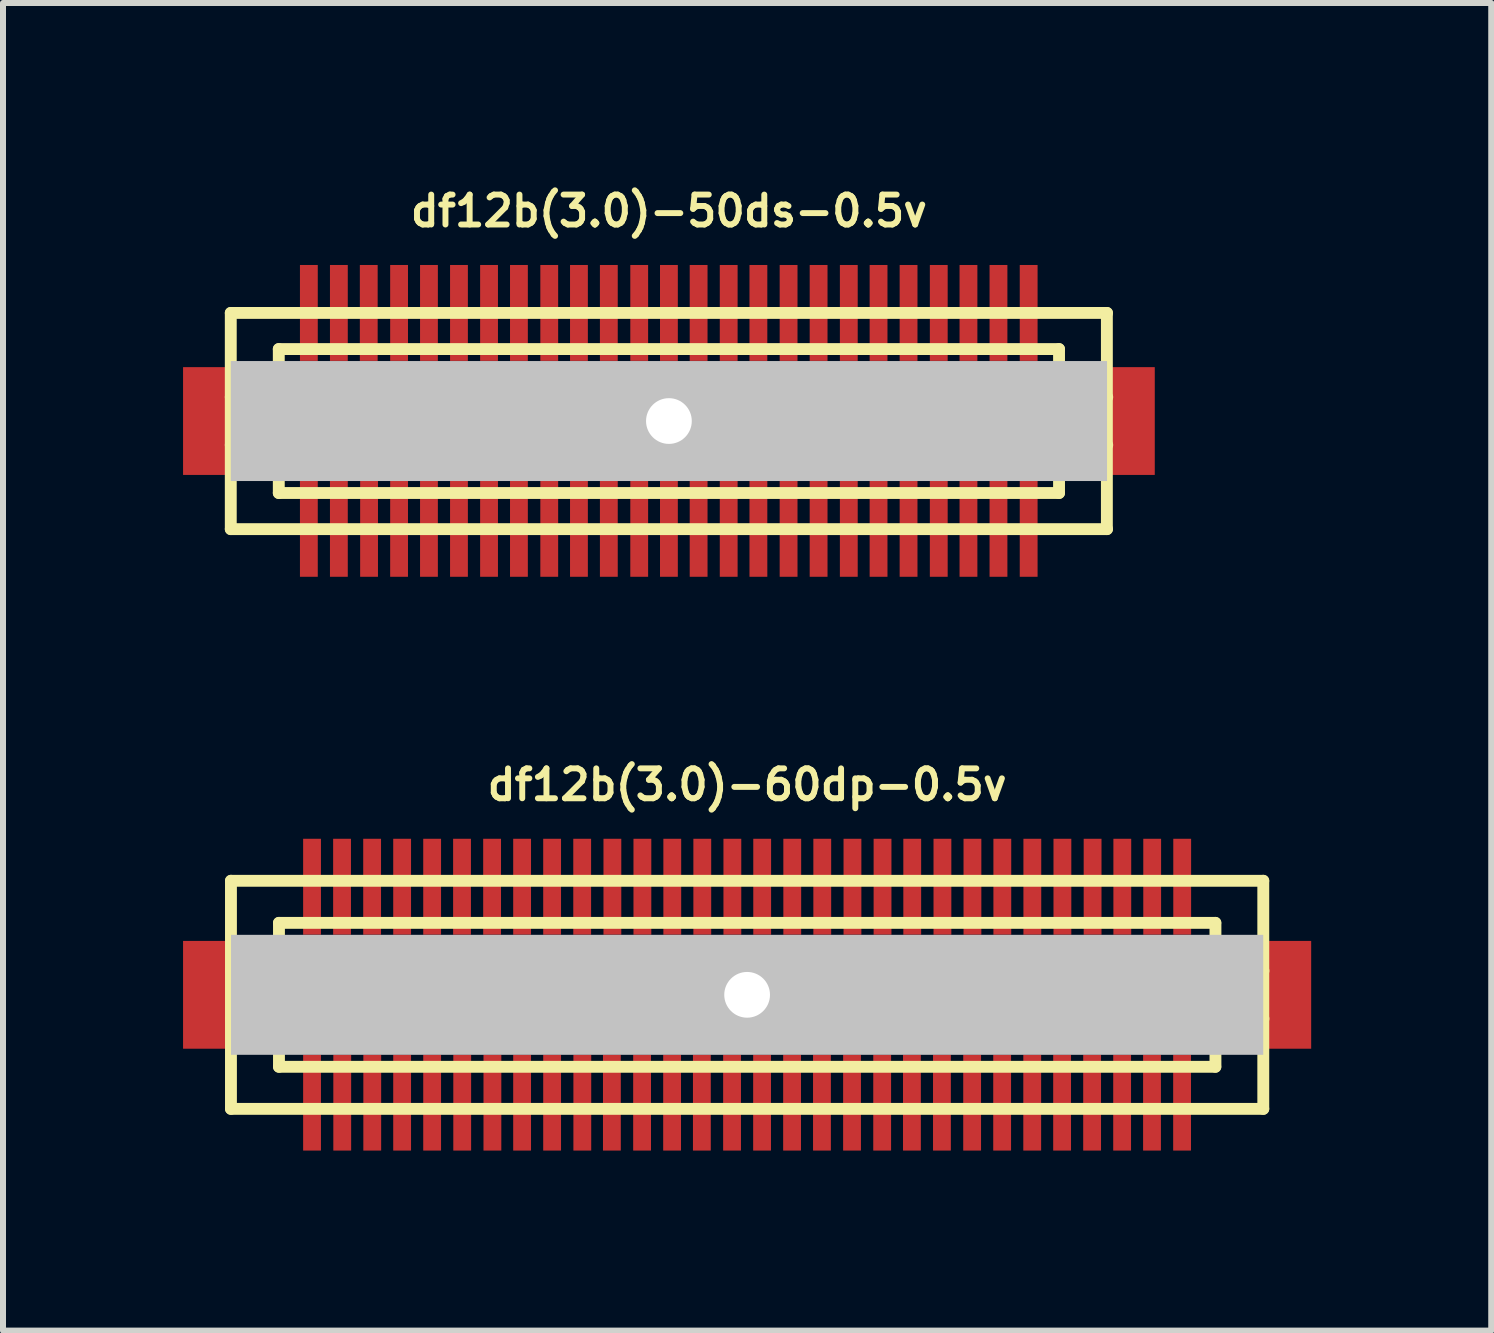
<source format=kicad_pcb>
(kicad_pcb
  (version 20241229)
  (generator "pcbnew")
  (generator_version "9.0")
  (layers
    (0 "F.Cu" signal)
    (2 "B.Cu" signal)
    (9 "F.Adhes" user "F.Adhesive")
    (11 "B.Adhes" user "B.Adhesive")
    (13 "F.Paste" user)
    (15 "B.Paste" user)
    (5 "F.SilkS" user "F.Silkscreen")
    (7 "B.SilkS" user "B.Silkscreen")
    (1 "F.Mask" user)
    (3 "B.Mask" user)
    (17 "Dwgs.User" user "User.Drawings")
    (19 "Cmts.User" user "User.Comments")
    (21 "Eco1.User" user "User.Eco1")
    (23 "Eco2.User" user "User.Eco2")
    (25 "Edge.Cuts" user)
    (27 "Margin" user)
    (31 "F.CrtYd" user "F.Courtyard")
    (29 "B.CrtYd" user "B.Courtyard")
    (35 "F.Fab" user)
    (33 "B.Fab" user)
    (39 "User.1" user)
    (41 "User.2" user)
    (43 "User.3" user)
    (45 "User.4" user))
  (footprint "df12b(3.0)-60dp-0.5v"
    (layer "F.Cu")
    (at 9.398 13.525)
    (property "Reference" "df12b(3.0)-60dp-0.5v" (at 0 -3.5 0) (layer "F.SilkS") (effects (font (size 0.498 0.498) (thickness 0.099))))
    (attr through_hole)
    (fp_line (start -8.6 -1.9) (end -8.6 1.9) (stroke (width 0.198) (type solid)) (layer "F.SilkS"))
    (fp_line (start -8.6 1.9) (end 8.6 1.9) (stroke (width 0.198) (type solid)) (layer "F.SilkS"))
    (fp_line (start -7.8 -1.199) (end 7.8 -1.199) (stroke (width 0.198) (type solid)) (layer "F.SilkS"))
    (fp_line (start -7.8 -0.399) (end -8.6 -0.399) (stroke (width 0.198) (type solid)) (layer "F.SilkS"))
    (fp_line (start -7.8 0.399) (end -8.6 0.399) (stroke (width 0.198) (type solid)) (layer "F.SilkS"))
    (fp_line (start -7.8 1.199) (end -7.8 -1.199) (stroke (width 0.198) (type solid)) (layer "F.SilkS"))
    (fp_line (start 7.8 1.199) (end -7.8 1.199) (stroke (width 0.198) (type solid)) (layer "F.SilkS"))
    (fp_line (start 7.803 -1.199) (end 7.803 1.199) (stroke (width 0.198) (type solid)) (layer "F.SilkS"))
    (fp_line (start 7.803 -0.399) (end 8.603 -0.399) (stroke (width 0.198) (type solid)) (layer "F.SilkS"))
    (fp_line (start 8.6 -1.9) (end -8.6 -1.9) (stroke (width 0.198) (type solid)) (layer "F.SilkS"))
    (fp_line (start 8.6 1.9) (end 8.6 -1.9) (stroke (width 0.198) (type solid)) (layer "F.SilkS"))
    (fp_line (start 8.603 0.399) (end 7.803 0.399) (stroke (width 0.198) (type solid)) (layer "F.SilkS"))
    (pad "" smd rect (at -8.999 0) (size 0.798 1.796) (layers "F.Cu" "F.Mask" "F.Paste"))
    (pad "" np_thru_hole rect (at 0 0) (size 17.198 1.999) (drill 0.762) (layers "Dwgs.User"))
    (pad "" smd rect (at 8.999 0) (size 0.798 1.796) (layers "F.Cu" "F.Mask" "F.Paste"))
    (pad "1" smd rect (at 7.247 1.796) (size 0.297 1.598) (layers "F.Cu" "F.Mask" "F.Paste"))
    (pad "2" smd rect (at 6.746 1.796) (size 0.297 1.598) (layers "F.Cu" "F.Mask" "F.Paste"))
    (pad "3" smd rect (at 6.248 1.796) (size 0.297 1.598) (layers "F.Cu" "F.Mask" "F.Paste"))
    (pad "4" smd rect (at 5.748 1.796) (size 0.297 1.598) (layers "F.Cu" "F.Mask" "F.Paste"))
    (pad "5" smd rect (at 5.248 1.796) (size 0.297 1.598) (layers "F.Cu" "F.Mask" "F.Paste"))
    (pad "6" smd rect (at 4.75 1.796) (size 0.297 1.598) (layers "F.Cu" "F.Mask" "F.Paste"))
    (pad "7" smd rect (at 4.249 1.796) (size 0.297 1.598) (layers "F.Cu" "F.Mask" "F.Paste"))
    (pad "8" smd rect (at 3.749 1.796) (size 0.297 1.598) (layers "F.Cu" "F.Mask" "F.Paste"))
    (pad "9" smd rect (at 3.246 1.796) (size 0.297 1.598) (layers "F.Cu" "F.Mask" "F.Paste"))
    (pad "10" smd rect (at 2.746 1.796) (size 0.297 1.598) (layers "F.Cu" "F.Mask" "F.Paste"))
    (pad "11" smd rect (at 2.25 1.796) (size 0.297 1.598) (layers "F.Cu" "F.Mask" "F.Paste"))
    (pad "12" smd rect (at 1.748 1.796) (size 0.297 1.598) (layers "F.Cu" "F.Mask" "F.Paste"))
    (pad "13" smd rect (at 1.247 1.796) (size 0.297 1.598) (layers "F.Cu" "F.Mask" "F.Paste"))
    (pad "14" smd rect (at 0.749 1.796) (size 0.297 1.598) (layers "F.Cu" "F.Mask" "F.Paste"))
    (pad "15" smd rect (at 0.249 1.796) (size 0.297 1.598) (layers "F.Cu" "F.Mask" "F.Paste"))
    (pad "16" smd rect (at -0.251 1.796) (size 0.297 1.598) (layers "F.Cu" "F.Mask" "F.Paste"))
    (pad "17" smd rect (at -0.754 1.796) (size 0.297 1.598) (layers "F.Cu" "F.Mask" "F.Paste"))
    (pad "18" smd rect (at -1.25 1.796) (size 0.297 1.598) (layers "F.Cu" "F.Mask" "F.Paste"))
    (pad "19" smd rect (at -1.75 1.796) (size 0.297 1.598) (layers "F.Cu" "F.Mask" "F.Paste"))
    (pad "20" smd rect (at -2.253 1.796) (size 0.297 1.598) (layers "F.Cu" "F.Mask" "F.Paste"))
    (pad "21" smd rect (at -2.746 1.796) (size 0.297 1.598) (layers "F.Cu" "F.Mask" "F.Paste"))
    (pad "22" smd rect (at -3.249 1.796) (size 0.297 1.598) (layers "F.Cu" "F.Mask" "F.Paste"))
    (pad "23" smd rect (at -3.749 1.796) (size 0.297 1.598) (layers "F.Cu" "F.Mask" "F.Paste"))
    (pad "24" smd rect (at -4.244 1.796) (size 0.297 1.598) (layers "F.Cu" "F.Mask" "F.Paste"))
    (pad "25" smd rect (at -4.747 1.796) (size 0.297 1.598) (layers "F.Cu" "F.Mask" "F.Paste"))
    (pad "26" smd rect (at -5.248 1.796) (size 0.297 1.598) (layers "F.Cu" "F.Mask" "F.Paste"))
    (pad "27" smd rect (at -5.748 1.796) (size 0.297 1.598) (layers "F.Cu" "F.Mask" "F.Paste"))
    (pad "28" smd rect (at -6.246 1.796) (size 0.297 1.598) (layers "F.Cu" "F.Mask" "F.Paste"))
    (pad "29" smd rect (at -6.746 1.796) (size 0.297 1.598) (layers "F.Cu" "F.Mask" "F.Paste"))
    (pad "30" smd rect (at -7.249 1.796) (size 0.297 1.598) (layers "F.Cu" "F.Mask" "F.Paste"))
    (pad "31" smd rect (at -7.249 -1.801) (size 0.297 1.598) (layers "F.Cu" "F.Mask" "F.Paste"))
    (pad "32" smd rect (at -6.749 -1.801) (size 0.297 1.598) (layers "F.Cu" "F.Mask" "F.Paste"))
    (pad "33" smd rect (at -6.248 -1.801) (size 0.297 1.598) (layers "F.Cu" "F.Mask" "F.Paste"))
    (pad "34" smd rect (at -5.748 -1.801) (size 0.297 1.598) (layers "F.Cu" "F.Mask" "F.Paste"))
    (pad "35" smd rect (at -5.248 -1.801) (size 0.297 1.598) (layers "F.Cu" "F.Mask" "F.Paste"))
    (pad "36" smd rect (at -4.75 -1.801) (size 0.297 1.598) (layers "F.Cu" "F.Mask" "F.Paste"))
    (pad "37" smd rect (at -4.249 -1.801) (size 0.297 1.598) (layers "F.Cu" "F.Mask" "F.Paste"))
    (pad "38" smd rect (at -3.749 -1.801) (size 0.297 1.598) (layers "F.Cu" "F.Mask" "F.Paste"))
    (pad "39" smd rect (at -3.249 -1.801) (size 0.297 1.598) (layers "F.Cu" "F.Mask" "F.Paste"))
    (pad "40" smd rect (at -2.748 -1.801) (size 0.297 1.598) (layers "F.Cu" "F.Mask" "F.Paste"))
    (pad "41" smd rect (at -2.245 -1.801) (size 0.297 1.598) (layers "F.Cu" "F.Mask" "F.Paste"))
    (pad "42" smd rect (at -1.745 -1.801) (size 0.297 1.598) (layers "F.Cu" "F.Mask" "F.Paste"))
    (pad "43" smd rect (at -1.247 -1.801) (size 0.297 1.598) (layers "F.Cu" "F.Mask" "F.Paste"))
    (pad "44" smd rect (at -0.747 -1.801) (size 0.297 1.598) (layers "F.Cu" "F.Mask" "F.Paste"))
    (pad "45" smd rect (at -0.246 -1.801) (size 0.297 1.598) (layers "F.Cu" "F.Mask" "F.Paste"))
    (pad "46" smd rect (at 0.251 -1.801) (size 0.297 1.598) (layers "F.Cu" "F.Mask" "F.Paste"))
    (pad "47" smd rect (at 0.752 -1.801) (size 0.297 1.598) (layers "F.Cu" "F.Mask" "F.Paste"))
    (pad "48" smd rect (at 1.252 -1.801) (size 0.297 1.598) (layers "F.Cu" "F.Mask" "F.Paste"))
    (pad "49" smd rect (at 1.755 -1.801) (size 0.297 1.598) (layers "F.Cu" "F.Mask" "F.Paste"))
    (pad "50" smd rect (at 2.256 -1.801) (size 0.297 1.598) (layers "F.Cu" "F.Mask" "F.Paste"))
    (pad "51" smd rect (at 2.751 -1.801) (size 0.297 1.598) (layers "F.Cu" "F.Mask" "F.Paste"))
    (pad "52" smd rect (at 3.254 -1.801) (size 0.297 1.598) (layers "F.Cu" "F.Mask" "F.Paste"))
    (pad "53" smd rect (at 3.754 -1.801) (size 0.297 1.598) (layers "F.Cu" "F.Mask" "F.Paste"))
    (pad "54" smd rect (at 4.252 -1.801) (size 0.297 1.598) (layers "F.Cu" "F.Mask" "F.Paste"))
    (pad "55" smd rect (at 4.752 -1.801) (size 0.297 1.598) (layers "F.Cu" "F.Mask" "F.Paste"))
    (pad "56" smd rect (at 5.253 -1.801) (size 0.297 1.598) (layers "F.Cu" "F.Mask" "F.Paste"))
    (pad "57" smd rect (at 5.756 -1.801) (size 0.297 1.598) (layers "F.Cu" "F.Mask" "F.Paste"))
    (pad "58" smd rect (at 6.251 -1.801) (size 0.297 1.598) (layers "F.Cu" "F.Mask" "F.Paste"))
    (pad "59" smd rect (at 6.749 -1.801) (size 0.297 1.598) (layers "F.Cu" "F.Mask" "F.Paste"))
    (pad "60" smd rect (at 7.249 -1.801) (size 0.297 1.598) (layers "F.Cu" "F.Mask" "F.Paste")))
  (footprint "df12b(3.0)-50ds-0.5v"
    (layer "F.Cu")
    (at 8.095 3.965)
    (property "Reference" "df12b(3.0)-50ds-0.5v" (at 0 -3.5 0) (layer "F.SilkS") (effects (font (size 0.498 0.498) (thickness 0.099))))
    (attr through_hole)
    (fp_line (start -7.3 1.801) (end -7.3 -1.801) (stroke (width 0.198) (type solid)) (layer "F.SilkS"))
    (fp_line (start -7.3 1.801) (end 7.3 1.801) (stroke (width 0.198) (type solid)) (layer "F.SilkS"))
    (fp_line (start -6.5 -1.199) (end 6.5 -1.199) (stroke (width 0.198) (type solid)) (layer "F.SilkS"))
    (fp_line (start -6.5 -0.701) (end 6.5 -0.701) (stroke (width 0.198) (type solid)) (layer "F.SilkS"))
    (fp_line (start -6.5 -0.399) (end -7.3 -0.399) (stroke (width 0.198) (type solid)) (layer "F.SilkS"))
    (fp_line (start -6.5 0.399) (end -7.3 0.399) (stroke (width 0.198) (type solid)) (layer "F.SilkS"))
    (fp_line (start -6.5 0.701) (end 6.5 0.701) (stroke (width 0.198) (type solid)) (layer "F.SilkS"))
    (fp_line (start -6.5 1.199) (end -6.5 -1.199) (stroke (width 0.198) (type solid)) (layer "F.SilkS"))
    (fp_line (start 6.5 -1.199) (end 6.5 1.199) (stroke (width 0.198) (type solid)) (layer "F.SilkS"))
    (fp_line (start 6.5 1.199) (end -6.5 1.199) (stroke (width 0.198) (type solid)) (layer "F.SilkS"))
    (fp_line (start 6.502 -0.399) (end 7.303 -0.399) (stroke (width 0.198) (type solid)) (layer "F.SilkS"))
    (fp_line (start 7.297 -1.801) (end 7.297 1.801) (stroke (width 0.198) (type solid)) (layer "F.SilkS"))
    (fp_line (start 7.3 -1.801) (end -7.3 -1.801) (stroke (width 0.198) (type solid)) (layer "F.SilkS"))
    (fp_line (start 7.303 0.399) (end 6.502 0.399) (stroke (width 0.198) (type solid)) (layer "F.SilkS"))
    (pad "" smd rect (at -7.696 0) (size 0.798 1.796) (layers "F.Cu" "F.Mask" "F.Paste"))
    (pad "" np_thru_hole rect (at 0 0) (size 14.6 1.999) (drill 0.762) (layers "Dwgs.User"))
    (pad "" smd rect (at 7.696 0) (size 0.798 1.796) (layers "F.Cu" "F.Mask" "F.Paste"))
    (pad "1" smd rect (at -5.999 1.796) (size 0.297 1.598) (layers "F.Cu" "F.Mask" "F.Paste"))
    (pad "2" smd rect (at -5.499 1.796) (size 0.297 1.598) (layers "F.Cu" "F.Mask" "F.Paste"))
    (pad "3" smd rect (at -4.996 1.796) (size 0.297 1.598) (layers "F.Cu" "F.Mask" "F.Paste"))
    (pad "4" smd rect (at -4.496 1.796) (size 0.297 1.598) (layers "F.Cu" "F.Mask" "F.Paste"))
    (pad "5" smd rect (at -3.998 1.796) (size 0.297 1.598) (layers "F.Cu" "F.Mask" "F.Paste"))
    (pad "6" smd rect (at -3.498 1.796) (size 0.297 1.598) (layers "F.Cu" "F.Mask" "F.Paste"))
    (pad "7" smd rect (at -2.997 1.796) (size 0.297 1.598) (layers "F.Cu" "F.Mask" "F.Paste"))
    (pad "8" smd rect (at -2.499 1.796) (size 0.297 1.598) (layers "F.Cu" "F.Mask" "F.Paste"))
    (pad "9" smd rect (at -1.994 1.796) (size 0.297 1.598) (layers "F.Cu" "F.Mask" "F.Paste"))
    (pad "10" smd rect (at -1.499 1.796) (size 0.297 1.598) (layers "F.Cu" "F.Mask" "F.Paste"))
    (pad "11" smd rect (at -1.001 1.796) (size 0.297 1.598) (layers "F.Cu" "F.Mask" "F.Paste"))
    (pad "12" smd rect (at -0.495 1.796) (size 0.297 1.598) (layers "F.Cu" "F.Mask" "F.Paste"))
    (pad "13" smd rect (at 0 1.796) (size 0.297 1.598) (layers "F.Cu" "F.Mask" "F.Paste"))
    (pad "14" smd rect (at 0.495 1.796) (size 0.297 1.598) (layers "F.Cu" "F.Mask" "F.Paste"))
    (pad "15" smd rect (at 0.996 1.796) (size 0.297 1.598) (layers "F.Cu" "F.Mask" "F.Paste"))
    (pad "16" smd rect (at 1.491 1.796) (size 0.297 1.598) (layers "F.Cu" "F.Mask" "F.Paste"))
    (pad "17" smd rect (at 1.994 1.796) (size 0.297 1.598) (layers "F.Cu" "F.Mask" "F.Paste"))
    (pad "18" smd rect (at 2.494 1.796) (size 0.297 1.598) (layers "F.Cu" "F.Mask" "F.Paste"))
    (pad "19" smd rect (at 2.997 1.796) (size 0.297 1.598) (layers "F.Cu" "F.Mask" "F.Paste"))
    (pad "20" smd rect (at 3.493 1.796) (size 0.297 1.598) (layers "F.Cu" "F.Mask" "F.Paste"))
    (pad "21" smd rect (at 3.993 1.796) (size 0.297 1.598) (layers "F.Cu" "F.Mask" "F.Paste"))
    (pad "22" smd rect (at 4.496 1.796) (size 0.297 1.598) (layers "F.Cu" "F.Mask" "F.Paste"))
    (pad "23" smd rect (at 4.991 1.796) (size 0.297 1.598) (layers "F.Cu" "F.Mask" "F.Paste"))
    (pad "24" smd rect (at 5.491 1.796) (size 0.297 1.598) (layers "F.Cu" "F.Mask" "F.Paste"))
    (pad "25" smd rect (at 5.994 1.796) (size 0.297 1.598) (layers "F.Cu" "F.Mask" "F.Paste"))
    (pad "26" smd rect (at 5.994 -1.801) (size 0.297 1.598) (layers "F.Cu" "F.Mask" "F.Paste"))
    (pad "27" smd rect (at 5.491 -1.801) (size 0.297 1.598) (layers "F.Cu" "F.Mask" "F.Paste"))
    (pad "28" smd rect (at 4.991 -1.801) (size 0.297 1.598) (layers "F.Cu" "F.Mask" "F.Paste"))
    (pad "29" smd rect (at 4.496 -1.801) (size 0.297 1.598) (layers "F.Cu" "F.Mask" "F.Paste"))
    (pad "30" smd rect (at 3.993 -1.801) (size 0.297 1.598) (layers "F.Cu" "F.Mask" "F.Paste"))
    (pad "31" smd rect (at 3.493 -1.801) (size 0.297 1.598) (layers "F.Cu" "F.Mask" "F.Paste"))
    (pad "32" smd rect (at 2.997 -1.801) (size 0.297 1.598) (layers "F.Cu" "F.Mask" "F.Paste"))
    (pad "33" smd rect (at 2.494 -1.801) (size 0.297 1.598) (layers "F.Cu" "F.Mask" "F.Paste"))
    (pad "34" smd rect (at 1.994 -1.801) (size 0.297 1.598) (layers "F.Cu" "F.Mask" "F.Paste"))
    (pad "35" smd rect (at 1.491 -1.801) (size 0.297 1.598) (layers "F.Cu" "F.Mask" "F.Paste"))
    (pad "36" smd rect (at 0.996 -1.801) (size 0.297 1.598) (layers "F.Cu" "F.Mask" "F.Paste"))
    (pad "37" smd rect (at 0.495 -1.801) (size 0.297 1.598) (layers "F.Cu" "F.Mask" "F.Paste"))
    (pad "38" smd rect (at 0 -1.801) (size 0.297 1.598) (layers "F.Cu" "F.Mask" "F.Paste"))
    (pad "39" smd rect (at -0.495 -1.801) (size 0.297 1.598) (layers "F.Cu" "F.Mask" "F.Paste"))
    (pad "40" smd rect (at -1.001 -1.801) (size 0.297 1.598) (layers "F.Cu" "F.Mask" "F.Paste"))
    (pad "41" smd rect (at -1.499 -1.801) (size 0.297 1.598) (layers "F.Cu" "F.Mask" "F.Paste"))
    (pad "42" smd rect (at -1.994 -1.801) (size 0.297 1.598) (layers "F.Cu" "F.Mask" "F.Paste"))
    (pad "43" smd rect (at -2.499 -1.801) (size 0.297 1.598) (layers "F.Cu" "F.Mask" "F.Paste"))
    (pad "44" smd rect (at -2.997 -1.801) (size 0.297 1.598) (layers "F.Cu" "F.Mask" "F.Paste"))
    (pad "45" smd rect (at -3.498 -1.801) (size 0.297 1.598) (layers "F.Cu" "F.Mask" "F.Paste"))
    (pad "46" smd rect (at -3.998 -1.801) (size 0.297 1.598) (layers "F.Cu" "F.Mask" "F.Paste"))
    (pad "47" smd rect (at -4.496 -1.801) (size 0.297 1.598) (layers "F.Cu" "F.Mask" "F.Paste"))
    (pad "48" smd rect (at -5.001 -1.801) (size 0.297 1.598) (layers "F.Cu" "F.Mask" "F.Paste"))
    (pad "49" smd rect (at -5.499 -1.801) (size 0.297 1.598) (layers "F.Cu" "F.Mask" "F.Paste"))
    (pad "50" smd rect (at -5.999 -1.801) (size 0.297 1.598) (layers "F.Cu" "F.Mask" "F.Paste")))
  (gr_rect
    (start -3 -3)
    (end 21.796 19.12)
    (stroke (width 0.1) (type default))
    (fill no)
    (layer "Edge.Cuts")))
</source>
